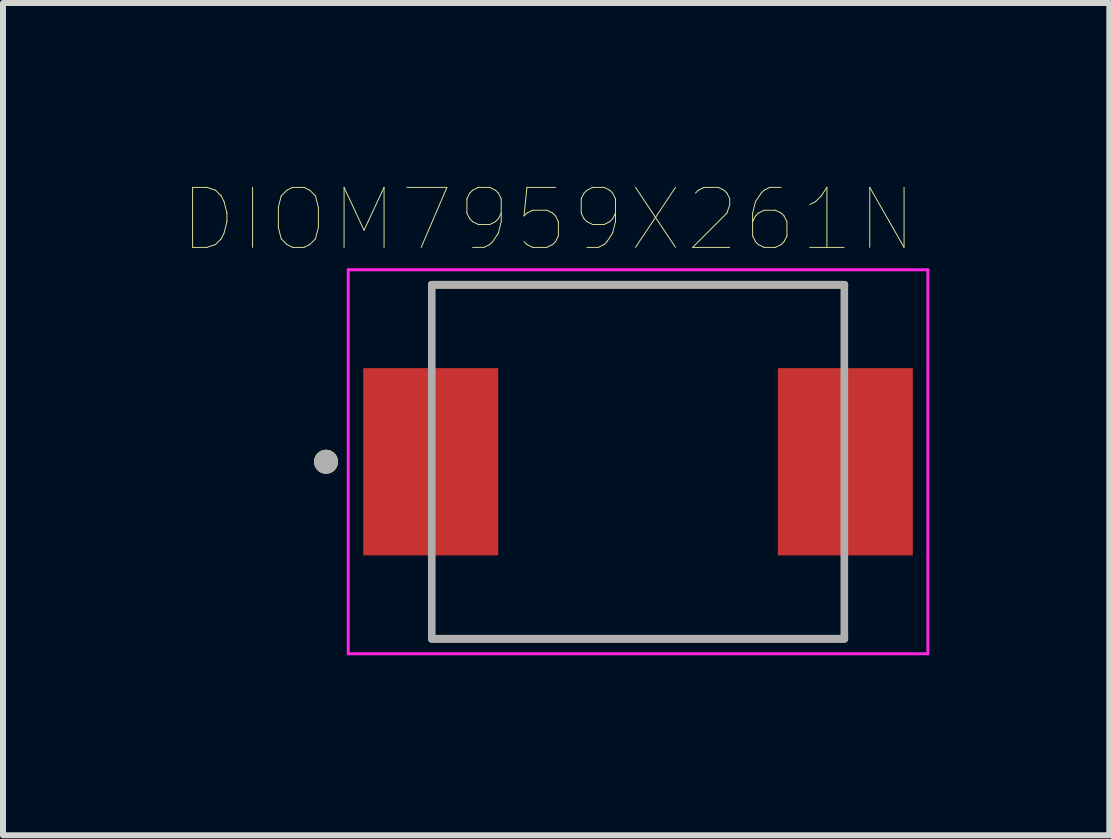
<source format=kicad_pcb>
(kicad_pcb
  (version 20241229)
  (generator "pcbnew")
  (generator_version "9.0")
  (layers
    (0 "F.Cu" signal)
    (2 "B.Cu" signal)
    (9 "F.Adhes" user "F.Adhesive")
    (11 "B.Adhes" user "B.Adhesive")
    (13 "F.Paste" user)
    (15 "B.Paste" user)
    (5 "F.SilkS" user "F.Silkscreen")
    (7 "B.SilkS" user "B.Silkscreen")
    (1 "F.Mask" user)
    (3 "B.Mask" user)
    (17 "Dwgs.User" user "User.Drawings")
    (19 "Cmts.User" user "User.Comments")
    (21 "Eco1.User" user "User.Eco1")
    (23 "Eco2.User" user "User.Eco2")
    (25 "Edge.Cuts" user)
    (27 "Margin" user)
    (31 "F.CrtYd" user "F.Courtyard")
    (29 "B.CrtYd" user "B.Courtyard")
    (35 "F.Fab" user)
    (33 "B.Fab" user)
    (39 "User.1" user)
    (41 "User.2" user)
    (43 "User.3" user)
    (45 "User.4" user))
  (footprint "DIOM7959X261N"
    (layer "F.Cu")
    (at 7.584 4.646)
    (property "Reference" "DIOM7959X261N" (at -1.495 -4.035 0) (layer "F.SilkS") (effects (font (size 1 1) (thickness 0.015))))
    (attr through_hole)
    (fp_line (start -3.438 2.95) (end 3.438 2.95) (stroke (width 0.127) (type solid)) (layer "F.SilkS"))
    (fp_line (start 3.438 -2.95) (end -3.438 -2.95) (stroke (width 0.127) (type solid)) (layer "F.SilkS"))
    (fp_circle (center -5.2 0) (end -5.1 0) (stroke (width 0.2) (type solid)) (fill no) (layer "F.SilkS"))
    (fp_line (start -4.83 -3.2) (end -4.83 3.2) (stroke (width 0.05) (type solid)) (layer "F.CrtYd"))
    (fp_line (start -4.83 3.2) (end 4.83 3.2) (stroke (width 0.05) (type solid)) (layer "F.CrtYd"))
    (fp_line (start 4.83 -3.2) (end -4.83 -3.2) (stroke (width 0.05) (type solid)) (layer "F.CrtYd"))
    (fp_line (start 4.83 3.2) (end 4.83 -3.2) (stroke (width 0.05) (type solid)) (layer "F.CrtYd"))
    (fp_line (start -3.438 -2.95) (end -3.438 2.95) (stroke (width 0.127) (type solid)) (layer "F.Fab"))
    (fp_line (start -3.438 2.95) (end 3.438 2.95) (stroke (width 0.127) (type solid)) (layer "F.Fab"))
    (fp_line (start 3.438 -2.95) (end -3.438 -2.95) (stroke (width 0.127) (type solid)) (layer "F.Fab"))
    (fp_line (start 3.438 2.95) (end 3.438 -2.95) (stroke (width 0.127) (type solid)) (layer "F.Fab"))
    (fp_circle (center -5.2 0) (end -5.1 0) (stroke (width 0.2) (type solid)) (fill no) (layer "F.Fab"))
    (pad "A" smd rect (at 3.455 0) (size 2.25 3.12) (layers "F.Cu" "F.Mask" "F.Paste"))
    (pad "C" smd rect (at -3.455 0) (size 2.25 3.12) (layers "F.Cu" "F.Mask" "F.Paste")))
  (gr_rect
    (start -3 -3)
    (end 15.439 10.871)
    (stroke (width 0.1) (type default))
    (fill no)
    (layer "Edge.Cuts")))
</source>
